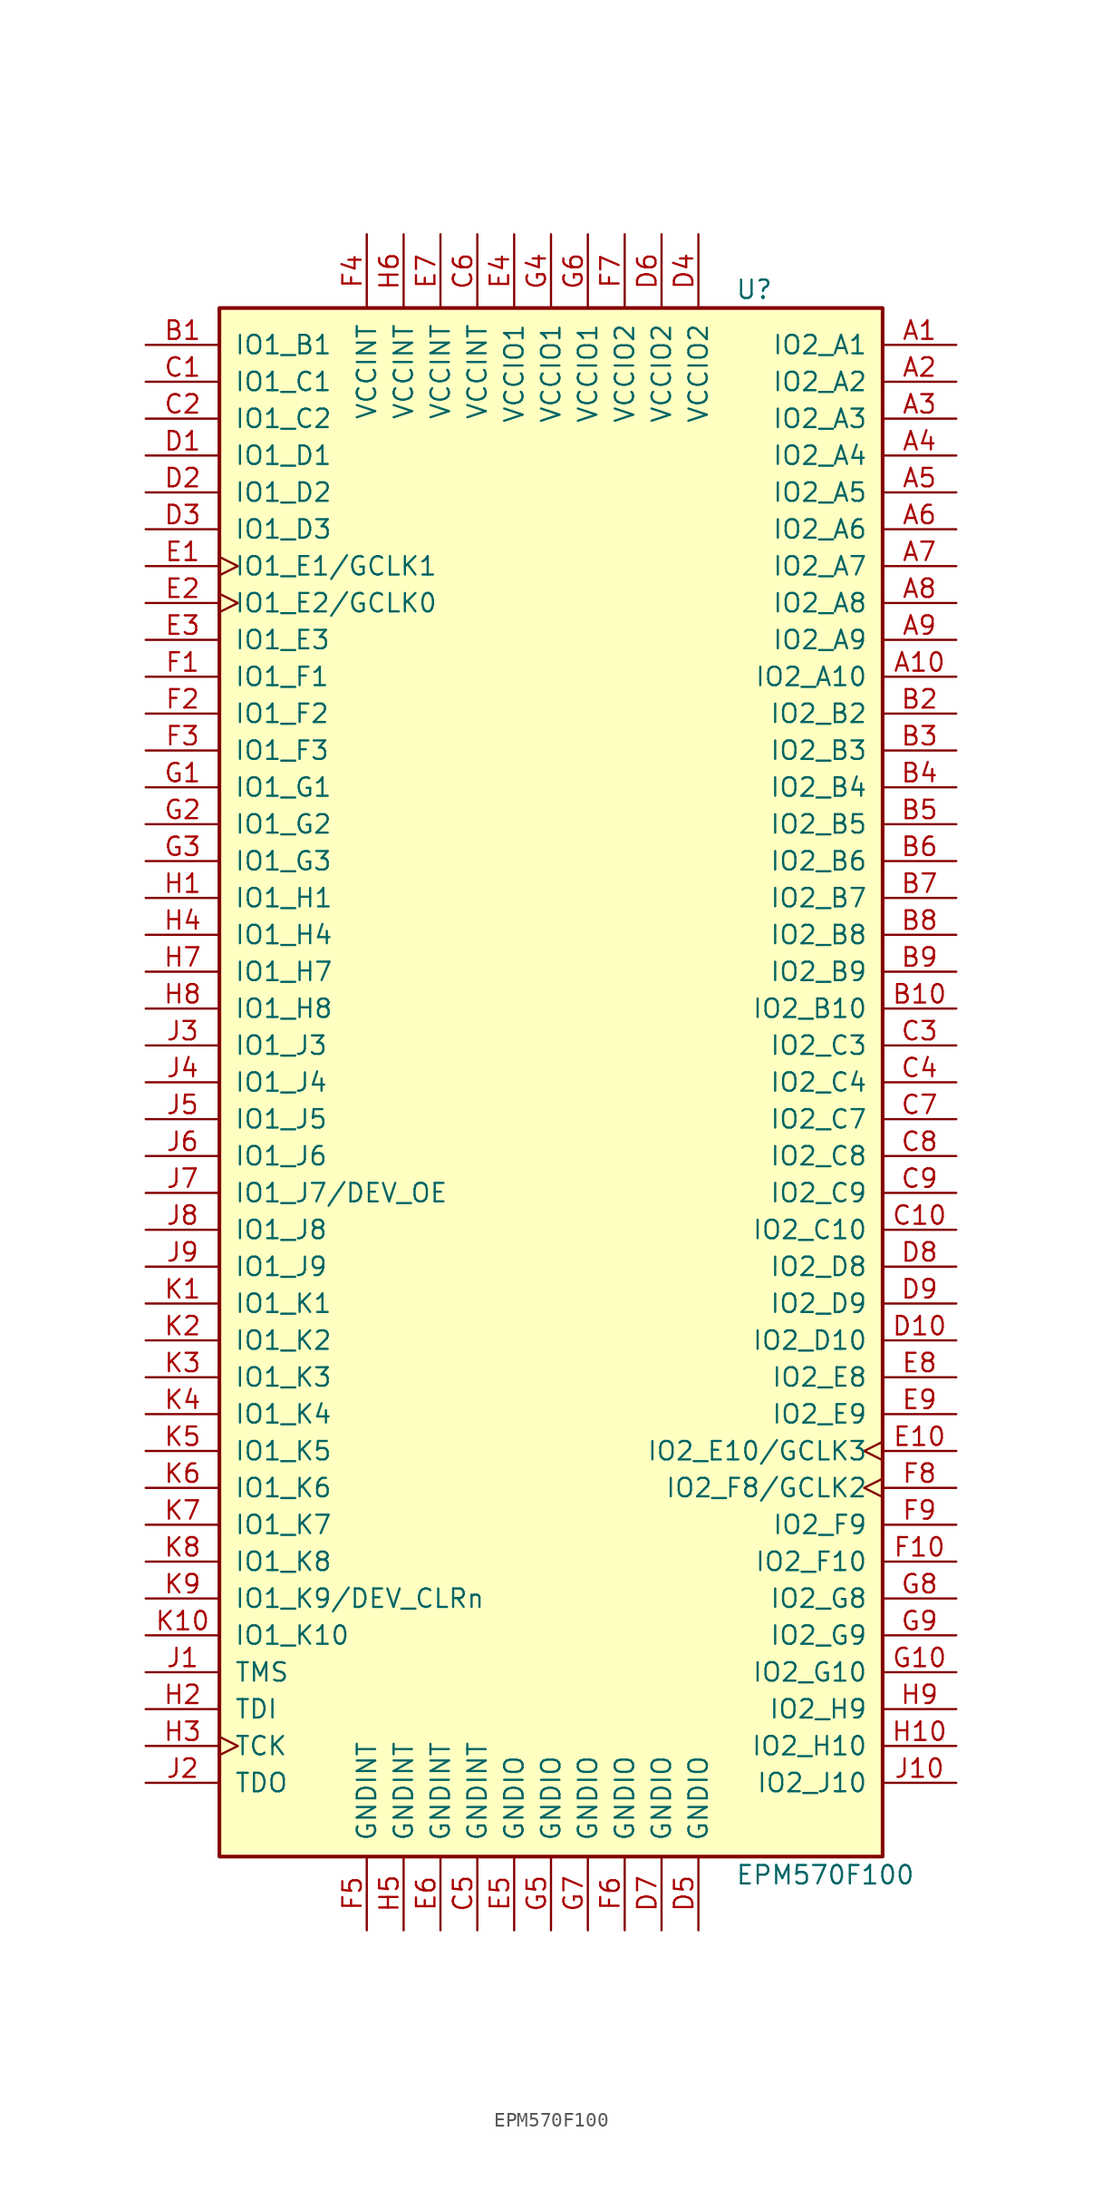
<source format=kicad_sym>
(kicad_symbol_lib
  (version 20201005)
  (generator kicad_symbol_editor)
  (symbol "EPM570F100"
    (pin_names
      (offset 1.016))
    (property "Reference" "U"
      (at 12.7 54.61 0)
      (effects (font (size 1.27 1.27)) (justify left)))
    (property "Value" "EPM570F100"
      (at 12.7 -54.61 0)
      (effects (font (size 1.27 1.27)) (justify left)))
    (property "ki_locked" ""
      (at 0 0 0)
      (effects (font (size 1.27 1.27))))
    (symbol "EPM570F100_1_1"
      (rectangle (start -22.86 53.34) (end 22.86 -53.34) (stroke (width 0.254)) (fill (type background)))
      (pin bidirectional line (at 27.94 50.8 180) (length 5.08) (name "IO2_A1" (effects (font (size 1.27 1.27)))) (number "A1" (effects (font (size 1.27 1.27)))))
      (pin bidirectional line (at 27.94 48.26 180) (length 5.08) (name "IO2_A2" (effects (font (size 1.27 1.27)))) (number "A2" (effects (font (size 1.27 1.27)))))
      (pin bidirectional line (at 27.94 45.72 180) (length 5.08) (name "IO2_A3" (effects (font (size 1.27 1.27)))) (number "A3" (effects (font (size 1.27 1.27)))))
      (pin bidirectional line (at 27.94 43.18 180) (length 5.08) (name "IO2_A4" (effects (font (size 1.27 1.27)))) (number "A4" (effects (font (size 1.27 1.27)))))
      (pin bidirectional line (at 27.94 40.64 180) (length 5.08) (name "IO2_A5" (effects (font (size 1.27 1.27)))) (number "A5" (effects (font (size 1.27 1.27)))))
      (pin bidirectional line (at 27.94 38.1 180) (length 5.08) (name "IO2_A6" (effects (font (size 1.27 1.27)))) (number "A6" (effects (font (size 1.27 1.27)))))
      (pin bidirectional line (at 27.94 35.56 180) (length 5.08) (name "IO2_A7" (effects (font (size 1.27 1.27)))) (number "A7" (effects (font (size 1.27 1.27)))))
      (pin bidirectional line (at 27.94 33.02 180) (length 5.08) (name "IO2_A8" (effects (font (size 1.27 1.27)))) (number "A8" (effects (font (size 1.27 1.27)))))
      (pin bidirectional line (at 27.94 30.48 180) (length 5.08) (name "IO2_A9" (effects (font (size 1.27 1.27)))) (number "A9" (effects (font (size 1.27 1.27)))))
      (pin bidirectional line (at 27.94 27.94 180) (length 5.08) (name "IO2_A10" (effects (font (size 1.27 1.27)))) (number "A10" (effects (font (size 1.27 1.27)))))
      (pin bidirectional line (at -27.94 50.8 0) (length 5.08) (name "IO1_B1" (effects (font (size 1.27 1.27)))) (number "B1" (effects (font (size 1.27 1.27)))))
      (pin bidirectional line (at 27.94 25.4 180) (length 5.08) (name "IO2_B2" (effects (font (size 1.27 1.27)))) (number "B2" (effects (font (size 1.27 1.27)))))
      (pin bidirectional line (at 27.94 22.86 180) (length 5.08) (name "IO2_B3" (effects (font (size 1.27 1.27)))) (number "B3" (effects (font (size 1.27 1.27)))))
      (pin bidirectional line (at 27.94 20.32 180) (length 5.08) (name "IO2_B4" (effects (font (size 1.27 1.27)))) (number "B4" (effects (font (size 1.27 1.27)))))
      (pin bidirectional line (at 27.94 17.78 180) (length 5.08) (name "IO2_B5" (effects (font (size 1.27 1.27)))) (number "B5" (effects (font (size 1.27 1.27)))))
      (pin bidirectional line (at 27.94 15.24 180) (length 5.08) (name "IO2_B6" (effects (font (size 1.27 1.27)))) (number "B6" (effects (font (size 1.27 1.27)))))
      (pin bidirectional line (at 27.94 12.7 180) (length 5.08) (name "IO2_B7" (effects (font (size 1.27 1.27)))) (number "B7" (effects (font (size 1.27 1.27)))))
      (pin bidirectional line (at 27.94 10.16 180) (length 5.08) (name "IO2_B8" (effects (font (size 1.27 1.27)))) (number "B8" (effects (font (size 1.27 1.27)))))
      (pin bidirectional line (at 27.94 7.62 180) (length 5.08) (name "IO2_B9" (effects (font (size 1.27 1.27)))) (number "B9" (effects (font (size 1.27 1.27)))))
      (pin bidirectional line (at 27.94 5.08 180) (length 5.08) (name "IO2_B10" (effects (font (size 1.27 1.27)))) (number "B10" (effects (font (size 1.27 1.27)))))
      (pin bidirectional line (at -27.94 48.26 0) (length 5.08) (name "IO1_C1" (effects (font (size 1.27 1.27)))) (number "C1" (effects (font (size 1.27 1.27)))))
      (pin bidirectional line (at -27.94 45.72 0) (length 5.08) (name "IO1_C2" (effects (font (size 1.27 1.27)))) (number "C2" (effects (font (size 1.27 1.27)))))
      (pin bidirectional line (at 27.94 2.54 180) (length 5.08) (name "IO2_C3" (effects (font (size 1.27 1.27)))) (number "C3" (effects (font (size 1.27 1.27)))))
      (pin bidirectional line (at 27.94 0 180) (length 5.08) (name "IO2_C4" (effects (font (size 1.27 1.27)))) (number "C4" (effects (font (size 1.27 1.27)))))
      (pin bidirectional line (at 27.94 -2.54 180) (length 5.08) (name "IO2_C7" (effects (font (size 1.27 1.27)))) (number "C7" (effects (font (size 1.27 1.27)))))
      (pin bidirectional line (at 27.94 -5.08 180) (length 5.08) (name "IO2_C8" (effects (font (size 1.27 1.27)))) (number "C8" (effects (font (size 1.27 1.27)))))
      (pin bidirectional line (at 27.94 -7.62 180) (length 5.08) (name "IO2_C9" (effects (font (size 1.27 1.27)))) (number "C9" (effects (font (size 1.27 1.27)))))
      (pin bidirectional line (at 27.94 -10.16 180) (length 5.08) (name "IO2_C10" (effects (font (size 1.27 1.27)))) (number "C10" (effects (font (size 1.27 1.27)))))
      (pin bidirectional line (at -27.94 43.18 0) (length 5.08) (name "IO1_D1" (effects (font (size 1.27 1.27)))) (number "D1" (effects (font (size 1.27 1.27)))))
      (pin bidirectional line (at -27.94 40.64 0) (length 5.08) (name "IO1_D2" (effects (font (size 1.27 1.27)))) (number "D2" (effects (font (size 1.27 1.27)))))
      (pin bidirectional line (at -27.94 38.1 0) (length 5.08) (name "IO1_D3" (effects (font (size 1.27 1.27)))) (number "D3" (effects (font (size 1.27 1.27)))))
      (pin bidirectional line (at 27.94 -12.7 180) (length 5.08) (name "IO2_D8" (effects (font (size 1.27 1.27)))) (number "D8" (effects (font (size 1.27 1.27)))))
      (pin bidirectional line (at 27.94 -15.24 180) (length 5.08) (name "IO2_D9" (effects (font (size 1.27 1.27)))) (number "D9" (effects (font (size 1.27 1.27)))))
      (pin bidirectional line (at 27.94 -17.78 180) (length 5.08) (name "IO2_D10" (effects (font (size 1.27 1.27)))) (number "D10" (effects (font (size 1.27 1.27)))))
      (pin bidirectional clock (at -27.94 35.56 0) (length 5.08) (name "IO1_E1/GCLK1" (effects (font (size 1.27 1.27)))) (number "E1" (effects (font (size 1.27 1.27)))))
      (pin bidirectional clock (at -27.94 33.02 0) (length 5.08) (name "IO1_E2/GCLK0" (effects (font (size 1.27 1.27)))) (number "E2" (effects (font (size 1.27 1.27)))))
      (pin bidirectional line (at -27.94 30.48 0) (length 5.08) (name "IO1_E3" (effects (font (size 1.27 1.27)))) (number "E3" (effects (font (size 1.27 1.27)))))
      (pin bidirectional line (at 27.94 -20.32 180) (length 5.08) (name "IO2_E8" (effects (font (size 1.27 1.27)))) (number "E8" (effects (font (size 1.27 1.27)))))
      (pin bidirectional line (at 27.94 -22.86 180) (length 5.08) (name "IO2_E9" (effects (font (size 1.27 1.27)))) (number "E9" (effects (font (size 1.27 1.27)))))
      (pin bidirectional clock (at 27.94 -25.4 180) (length 5.08) (name "IO2_E10/GCLK3" (effects (font (size 1.27 1.27)))) (number "E10" (effects (font (size 1.27 1.27)))))
      (pin bidirectional line (at -27.94 27.94 0) (length 5.08) (name "IO1_F1" (effects (font (size 1.27 1.27)))) (number "F1" (effects (font (size 1.27 1.27)))))
      (pin bidirectional line (at -27.94 25.4 0) (length 5.08) (name "IO1_F2" (effects (font (size 1.27 1.27)))) (number "F2" (effects (font (size 1.27 1.27)))))
      (pin bidirectional line (at -27.94 22.86 0) (length 5.08) (name "IO1_F3" (effects (font (size 1.27 1.27)))) (number "F3" (effects (font (size 1.27 1.27)))))
      (pin bidirectional clock (at 27.94 -27.94 180) (length 5.08) (name "IO2_F8/GCLK2" (effects (font (size 1.27 1.27)))) (number "F8" (effects (font (size 1.27 1.27)))))
      (pin bidirectional line (at 27.94 -30.48 180) (length 5.08) (name "IO2_F9" (effects (font (size 1.27 1.27)))) (number "F9" (effects (font (size 1.27 1.27)))))
      (pin bidirectional line (at 27.94 -33.02 180) (length 5.08) (name "IO2_F10" (effects (font (size 1.27 1.27)))) (number "F10" (effects (font (size 1.27 1.27)))))
      (pin bidirectional line (at -27.94 20.32 0) (length 5.08) (name "IO1_G1" (effects (font (size 1.27 1.27)))) (number "G1" (effects (font (size 1.27 1.27)))))
      (pin bidirectional line (at -27.94 17.78 0) (length 5.08) (name "IO1_G2" (effects (font (size 1.27 1.27)))) (number "G2" (effects (font (size 1.27 1.27)))))
      (pin bidirectional line (at -27.94 15.24 0) (length 5.08) (name "IO1_G3" (effects (font (size 1.27 1.27)))) (number "G3" (effects (font (size 1.27 1.27)))))
      (pin bidirectional line (at 27.94 -35.56 180) (length 5.08) (name "IO2_G8" (effects (font (size 1.27 1.27)))) (number "G8" (effects (font (size 1.27 1.27)))))
      (pin bidirectional line (at 27.94 -38.1 180) (length 5.08) (name "IO2_G9" (effects (font (size 1.27 1.27)))) (number "G9" (effects (font (size 1.27 1.27)))))
      (pin bidirectional line (at 27.94 -40.64 180) (length 5.08) (name "IO2_G10" (effects (font (size 1.27 1.27)))) (number "G10" (effects (font (size 1.27 1.27)))))
      (pin bidirectional line (at -27.94 12.7 0) (length 5.08) (name "IO1_H1" (effects (font (size 1.27 1.27)))) (number "H1" (effects (font (size 1.27 1.27)))))
      (pin bidirectional line (at -27.94 10.16 0) (length 5.08) (name "IO1_H4" (effects (font (size 1.27 1.27)))) (number "H4" (effects (font (size 1.27 1.27)))))
      (pin bidirectional line (at -27.94 7.62 0) (length 5.08) (name "IO1_H7" (effects (font (size 1.27 1.27)))) (number "H7" (effects (font (size 1.27 1.27)))))
      (pin bidirectional line (at -27.94 5.08 0) (length 5.08) (name "IO1_H8" (effects (font (size 1.27 1.27)))) (number "H8" (effects (font (size 1.27 1.27)))))
      (pin bidirectional line (at 27.94 -43.18 180) (length 5.08) (name "IO2_H9" (effects (font (size 1.27 1.27)))) (number "H9" (effects (font (size 1.27 1.27)))))
      (pin bidirectional line (at 27.94 -45.72 180) (length 5.08) (name "IO2_H10" (effects (font (size 1.27 1.27)))) (number "H10" (effects (font (size 1.27 1.27)))))
      (pin bidirectional line (at -27.94 2.54 0) (length 5.08) (name "IO1_J3" (effects (font (size 1.27 1.27)))) (number "J3" (effects (font (size 1.27 1.27)))))
      (pin bidirectional line (at -27.94 0 0) (length 5.08) (name "IO1_J4" (effects (font (size 1.27 1.27)))) (number "J4" (effects (font (size 1.27 1.27)))))
      (pin bidirectional line (at -27.94 -2.54 0) (length 5.08) (name "IO1_J5" (effects (font (size 1.27 1.27)))) (number "J5" (effects (font (size 1.27 1.27)))))
      (pin bidirectional line (at -27.94 -5.08 0) (length 5.08) (name "IO1_J6" (effects (font (size 1.27 1.27)))) (number "J6" (effects (font (size 1.27 1.27)))))
      (pin bidirectional line (at -27.94 -7.62 0) (length 5.08) (name "IO1_J7/DEV_OE" (effects (font (size 1.27 1.27)))) (number "J7" (effects (font (size 1.27 1.27)))))
      (pin bidirectional line (at -27.94 -10.16 0) (length 5.08) (name "IO1_J8" (effects (font (size 1.27 1.27)))) (number "J8" (effects (font (size 1.27 1.27)))))
      (pin bidirectional line (at -27.94 -12.7 0) (length 5.08) (name "IO1_J9" (effects (font (size 1.27 1.27)))) (number "J9" (effects (font (size 1.27 1.27)))))
      (pin bidirectional line (at 27.94 -48.26 180) (length 5.08) (name "IO2_J10" (effects (font (size 1.27 1.27)))) (number "J10" (effects (font (size 1.27 1.27)))))
      (pin bidirectional line (at -27.94 -15.24 0) (length 5.08) (name "IO1_K1" (effects (font (size 1.27 1.27)))) (number "K1" (effects (font (size 1.27 1.27)))))
      (pin bidirectional line (at -27.94 -17.78 0) (length 5.08) (name "IO1_K2" (effects (font (size 1.27 1.27)))) (number "K2" (effects (font (size 1.27 1.27)))))
      (pin bidirectional line (at -27.94 -20.32 0) (length 5.08) (name "IO1_K3" (effects (font (size 1.27 1.27)))) (number "K3" (effects (font (size 1.27 1.27)))))
      (pin bidirectional line (at -27.94 -22.86 0) (length 5.08) (name "IO1_K4" (effects (font (size 1.27 1.27)))) (number "K4" (effects (font (size 1.27 1.27)))))
      (pin bidirectional line (at -27.94 -25.4 0) (length 5.08) (name "IO1_K5" (effects (font (size 1.27 1.27)))) (number "K5" (effects (font (size 1.27 1.27)))))
      (pin bidirectional line (at -27.94 -27.94 0) (length 5.08) (name "IO1_K6" (effects (font (size 1.27 1.27)))) (number "K6" (effects (font (size 1.27 1.27)))))
      (pin bidirectional line (at -27.94 -30.48 0) (length 5.08) (name "IO1_K7" (effects (font (size 1.27 1.27)))) (number "K7" (effects (font (size 1.27 1.27)))))
      (pin bidirectional line (at -27.94 -33.02 0) (length 5.08) (name "IO1_K8" (effects (font (size 1.27 1.27)))) (number "K8" (effects (font (size 1.27 1.27)))))
      (pin bidirectional line (at -27.94 -35.56 0) (length 5.08) (name "IO1_K9/DEV_CLRn" (effects (font (size 1.27 1.27)))) (number "K9" (effects (font (size 1.27 1.27)))))
      (pin bidirectional line (at -27.94 -38.1 0) (length 5.08) (name "IO1_K10" (effects (font (size 1.27 1.27)))) (number "K10" (effects (font (size 1.27 1.27)))))
      (pin input line (at -27.94 -40.64 0) (length 5.08) (name "TMS" (effects (font (size 1.27 1.27)))) (number "J1" (effects (font (size 1.27 1.27)))))
      (pin input line (at -27.94 -43.18 0) (length 5.08) (name "TDI" (effects (font (size 1.27 1.27)))) (number "H2" (effects (font (size 1.27 1.27)))))
      (pin input clock (at -27.94 -45.72 0) (length 5.08) (name "TCK" (effects (font (size 1.27 1.27)))) (number "H3" (effects (font (size 1.27 1.27)))))
      (pin output line (at -27.94 -48.26 0) (length 5.08) (name "TDO" (effects (font (size 1.27 1.27)))) (number "J2" (effects (font (size 1.27 1.27)))))
      (pin power_in line (at -12.7 -58.42 90) (length 5.08) (name "GNDINT" (effects (font (size 1.27 1.27)))) (number "F5" (effects (font (size 1.27 1.27)))))
      (pin power_in line (at -10.16 -58.42 90) (length 5.08) (name "GNDINT" (effects (font (size 1.27 1.27)))) (number "H5" (effects (font (size 1.27 1.27)))))
      (pin power_in line (at -7.62 -58.42 90) (length 5.08) (name "GNDINT" (effects (font (size 1.27 1.27)))) (number "E6" (effects (font (size 1.27 1.27)))))
      (pin power_in line (at -5.08 -58.42 90) (length 5.08) (name "GNDINT" (effects (font (size 1.27 1.27)))) (number "C5" (effects (font (size 1.27 1.27)))))
      (pin power_in line (at -2.54 -58.42 90) (length 5.08) (name "GNDIO" (effects (font (size 1.27 1.27)))) (number "E5" (effects (font (size 1.27 1.27)))))
      (pin power_in line (at 0 -58.42 90) (length 5.08) (name "GNDIO" (effects (font (size 1.27 1.27)))) (number "G5" (effects (font (size 1.27 1.27)))))
      (pin power_in line (at 2.54 -58.42 90) (length 5.08) (name "GNDIO" (effects (font (size 1.27 1.27)))) (number "G7" (effects (font (size 1.27 1.27)))))
      (pin power_in line (at 5.08 -58.42 90) (length 5.08) (name "GNDIO" (effects (font (size 1.27 1.27)))) (number "F6" (effects (font (size 1.27 1.27)))))
      (pin power_in line (at 7.62 -58.42 90) (length 5.08) (name "GNDIO" (effects (font (size 1.27 1.27)))) (number "D7" (effects (font (size 1.27 1.27)))))
      (pin power_in line (at 10.16 -58.42 90) (length 5.08) (name "GNDIO" (effects (font (size 1.27 1.27)))) (number "D5" (effects (font (size 1.27 1.27)))))
      (pin power_in line (at -12.7 58.42 270) (length 5.08) (name "VCCINT" (effects (font (size 1.27 1.27)))) (number "F4" (effects (font (size 1.27 1.27)))))
      (pin power_in line (at -10.16 58.42 270) (length 5.08) (name "VCCINT" (effects (font (size 1.27 1.27)))) (number "H6" (effects (font (size 1.27 1.27)))))
      (pin power_in line (at -7.62 58.42 270) (length 5.08) (name "VCCINT" (effects (font (size 1.27 1.27)))) (number "E7" (effects (font (size 1.27 1.27)))))
      (pin power_in line (at -5.08 58.42 270) (length 5.08) (name "VCCINT" (effects (font (size 1.27 1.27)))) (number "C6" (effects (font (size 1.27 1.27)))))
      (pin power_in line (at -2.54 58.42 270) (length 5.08) (name "VCCIO1" (effects (font (size 1.27 1.27)))) (number "E4" (effects (font (size 1.27 1.27)))))
      (pin power_in line (at 0 58.42 270) (length 5.08) (name "VCCIO1" (effects (font (size 1.27 1.27)))) (number "G4" (effects (font (size 1.27 1.27)))))
      (pin power_in line (at 2.54 58.42 270) (length 5.08) (name "VCCIO1" (effects (font (size 1.27 1.27)))) (number "G6" (effects (font (size 1.27 1.27)))))
      (pin power_in line (at 5.08 58.42 270) (length 5.08) (name "VCCIO2" (effects (font (size 1.27 1.27)))) (number "F7" (effects (font (size 1.27 1.27)))))
      (pin power_in line (at 7.62 58.42 270) (length 5.08) (name "VCCIO2" (effects (font (size 1.27 1.27)))) (number "D6" (effects (font (size 1.27 1.27)))))
      (pin power_in line (at 10.16 58.42 270) (length 5.08) (name "VCCIO2" (effects (font (size 1.27 1.27)))) (number "D4" (effects (font (size 1.27 1.27))))))))
</source>
